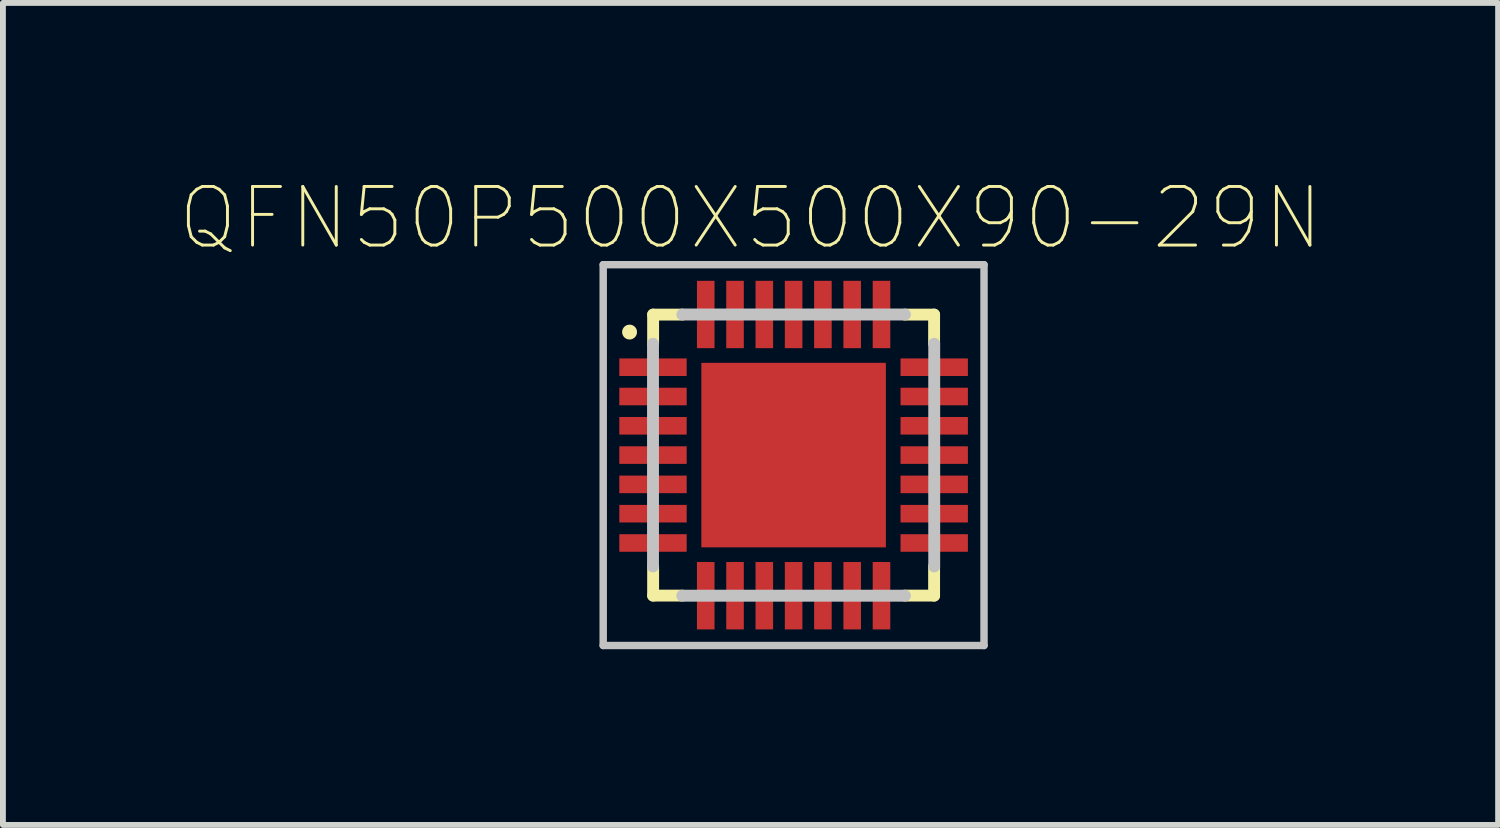
<source format=kicad_pcb>
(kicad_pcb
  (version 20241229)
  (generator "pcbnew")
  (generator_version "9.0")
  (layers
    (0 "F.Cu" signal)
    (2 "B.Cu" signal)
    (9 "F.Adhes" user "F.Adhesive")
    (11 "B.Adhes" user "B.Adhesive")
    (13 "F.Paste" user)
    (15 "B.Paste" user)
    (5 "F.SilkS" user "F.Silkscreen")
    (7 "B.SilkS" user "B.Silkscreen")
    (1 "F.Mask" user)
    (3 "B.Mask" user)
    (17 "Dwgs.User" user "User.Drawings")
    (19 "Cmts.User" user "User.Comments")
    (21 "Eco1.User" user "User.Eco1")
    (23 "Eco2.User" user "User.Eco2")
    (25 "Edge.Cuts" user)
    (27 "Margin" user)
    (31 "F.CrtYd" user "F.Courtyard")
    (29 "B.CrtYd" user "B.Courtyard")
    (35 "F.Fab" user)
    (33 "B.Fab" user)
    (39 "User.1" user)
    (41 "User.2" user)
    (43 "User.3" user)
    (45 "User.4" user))
  (footprint "QFN50P500X500X90-29N"
    (layer "F.Cu")
    (at 10.496 4.718)
    (property "Reference" "QFN50P500X500X90-29N" (at -0.735 -4.045 0) (layer "F.SilkS") (effects (font (size 1 1) (thickness 0.05))))
    (attr smd)
    (fp_poly (pts (xy -3.025 -1.7) (xy -1.775 -1.7) (xy -1.775 -1.3) (xy -3.025 -1.3)) (stroke (width 0.381) (type solid)) (fill yes) (layer "F.Mask"))
    (fp_poly (pts (xy -3.025 -1.2) (xy -1.775 -1.2) (xy -1.775 -0.8) (xy -3.025 -0.8)) (stroke (width 0.381) (type solid)) (fill yes) (layer "F.Mask"))
    (fp_poly (pts (xy -3.025 -0.7) (xy -1.775 -0.7) (xy -1.775 -0.3) (xy -3.025 -0.3)) (stroke (width 0.381) (type solid)) (fill yes) (layer "F.Mask"))
    (fp_poly (pts (xy -3.025 -0.2) (xy -1.775 -0.2) (xy -1.775 0.2) (xy -3.025 0.2)) (stroke (width 0.381) (type solid)) (fill yes) (layer "F.Mask"))
    (fp_poly (pts (xy -3.025 0.3) (xy -1.775 0.3) (xy -1.775 0.7) (xy -3.025 0.7)) (stroke (width 0.381) (type solid)) (fill yes) (layer "F.Mask"))
    (fp_poly (pts (xy -3.025 0.8) (xy -1.775 0.8) (xy -1.775 1.2) (xy -3.025 1.2)) (stroke (width 0.381) (type solid)) (fill yes) (layer "F.Mask"))
    (fp_poly (pts (xy -3.025 1.3) (xy -1.775 1.3) (xy -1.775 1.7) (xy -3.025 1.7)) (stroke (width 0.381) (type solid)) (fill yes) (layer "F.Mask"))
    (fp_poly (pts (xy -1.7 -1.775) (xy -1.7 -3.025) (xy -1.3 -3.025) (xy -1.3 -1.775)) (stroke (width 0.381) (type solid)) (fill yes) (layer "F.Mask"))
    (fp_poly (pts (xy -1.7 3.025) (xy -1.7 1.775) (xy -1.3 1.775) (xy -1.3 3.025)) (stroke (width 0.381) (type solid)) (fill yes) (layer "F.Mask"))
    (fp_poly (pts (xy -1.2 -1.775) (xy -1.2 -3.025) (xy -0.8 -3.025) (xy -0.8 -1.775)) (stroke (width 0.381) (type solid)) (fill yes) (layer "F.Mask"))
    (fp_poly (pts (xy -1.2 3.025) (xy -1.2 1.775) (xy -0.8 1.775) (xy -0.8 3.025)) (stroke (width 0.381) (type solid)) (fill yes) (layer "F.Mask"))
    (fp_poly (pts (xy -0.7 -1.775) (xy -0.7 -3.025) (xy -0.3 -3.025) (xy -0.3 -1.775)) (stroke (width 0.381) (type solid)) (fill yes) (layer "F.Mask"))
    (fp_poly (pts (xy -0.7 3.025) (xy -0.7 1.775) (xy -0.3 1.775) (xy -0.3 3.025)) (stroke (width 0.381) (type solid)) (fill yes) (layer "F.Mask"))
    (fp_poly (pts (xy -0.2 -1.775) (xy -0.2 -3.025) (xy 0.2 -3.025) (xy 0.2 -1.775)) (stroke (width 0.381) (type solid)) (fill yes) (layer "F.Mask"))
    (fp_poly (pts (xy -0.2 3.025) (xy -0.2 1.775) (xy 0.2 1.775) (xy 0.2 3.025)) (stroke (width 0.381) (type solid)) (fill yes) (layer "F.Mask"))
    (fp_poly (pts (xy 0.3 -1.775) (xy 0.3 -3.025) (xy 0.7 -3.025) (xy 0.7 -1.775)) (stroke (width 0.381) (type solid)) (fill yes) (layer "F.Mask"))
    (fp_poly (pts (xy 0.3 3.025) (xy 0.3 1.775) (xy 0.7 1.775) (xy 0.7 3.025)) (stroke (width 0.381) (type solid)) (fill yes) (layer "F.Mask"))
    (fp_poly (pts (xy 0.8 -1.775) (xy 0.8 -3.025) (xy 1.2 -3.025) (xy 1.2 -1.775)) (stroke (width 0.381) (type solid)) (fill yes) (layer "F.Mask"))
    (fp_poly (pts (xy 0.8 3.025) (xy 0.8 1.775) (xy 1.2 1.775) (xy 1.2 3.025)) (stroke (width 0.381) (type solid)) (fill yes) (layer "F.Mask"))
    (fp_poly (pts (xy 1.3 -1.775) (xy 1.3 -3.025) (xy 1.7 -3.025) (xy 1.7 -1.775)) (stroke (width 0.381) (type solid)) (fill yes) (layer "F.Mask"))
    (fp_poly (pts (xy 1.3 3.025) (xy 1.3 1.775) (xy 1.7 1.775) (xy 1.7 3.025)) (stroke (width 0.381) (type solid)) (fill yes) (layer "F.Mask"))
    (fp_poly (pts (xy 3.025 -1.3) (xy 1.775 -1.3) (xy 1.775 -1.7) (xy 3.025 -1.7)) (stroke (width 0.381) (type solid)) (fill yes) (layer "F.Mask"))
    (fp_poly (pts (xy 3.025 -0.8) (xy 1.775 -0.8) (xy 1.775 -1.2) (xy 3.025 -1.2)) (stroke (width 0.381) (type solid)) (fill yes) (layer "F.Mask"))
    (fp_poly (pts (xy 3.025 -0.3) (xy 1.775 -0.3) (xy 1.775 -0.7) (xy 3.025 -0.7)) (stroke (width 0.381) (type solid)) (fill yes) (layer "F.Mask"))
    (fp_poly (pts (xy 3.025 0.2) (xy 1.775 0.2) (xy 1.775 -0.2) (xy 3.025 -0.2)) (stroke (width 0.381) (type solid)) (fill yes) (layer "F.Mask"))
    (fp_poly (pts (xy 3.025 0.7) (xy 1.775 0.7) (xy 1.775 0.3) (xy 3.025 0.3)) (stroke (width 0.381) (type solid)) (fill yes) (layer "F.Mask"))
    (fp_poly (pts (xy 3.025 1.2) (xy 1.775 1.2) (xy 1.775 0.8) (xy 3.025 0.8)) (stroke (width 0.381) (type solid)) (fill yes) (layer "F.Mask"))
    (fp_poly (pts (xy 3.025 1.7) (xy 1.775 1.7) (xy 1.775 1.3) (xy 3.025 1.3)) (stroke (width 0.381) (type solid)) (fill yes) (layer "F.Mask"))
    (fp_line (start -2.398 -2.398) (end -2.398 -1.902) (stroke (width 0.203) (type solid)) (layer "F.SilkS"))
    (fp_line (start -2.398 1.902) (end -2.398 2.398) (stroke (width 0.203) (type solid)) (layer "F.SilkS"))
    (fp_line (start -2.398 2.398) (end -1.902 2.398) (stroke (width 0.203) (type solid)) (layer "F.SilkS"))
    (fp_line (start -1.902 -2.398) (end -2.398 -2.398) (stroke (width 0.203) (type solid)) (layer "F.SilkS"))
    (fp_line (start 1.902 2.398) (end 2.398 2.398) (stroke (width 0.203) (type solid)) (layer "F.SilkS"))
    (fp_line (start 2.398 -2.398) (end 1.902 -2.398) (stroke (width 0.203) (type solid)) (layer "F.SilkS"))
    (fp_line (start 2.398 -1.902) (end 2.398 -2.398) (stroke (width 0.203) (type solid)) (layer "F.SilkS"))
    (fp_line (start 2.398 2.398) (end 2.398 1.902) (stroke (width 0.203) (type solid)) (layer "F.SilkS"))
    (fp_circle (center -2.8 -2.1) (end -2.673 -2.1) (stroke (width 0) (type solid)) (fill yes) (layer "F.SilkS"))
    (fp_poly (pts (xy -1 -1) (xy 1 -1) (xy 1 1) (xy -1 1)) (stroke (width 0.381) (type solid)) (fill yes) (layer "F.Paste"))
    (fp_line (start -3.25 -3.25) (end 3.25 -3.25) (stroke (width 0.127) (type solid)) (layer "Dwgs.User"))
    (fp_line (start -3.25 3.25) (end -3.25 -3.25) (stroke (width 0.127) (type solid)) (layer "Dwgs.User"))
    (fp_line (start -2.4 1.9) (end -2.4 -1.9) (stroke (width 0.203) (type solid)) (layer "Dwgs.User"))
    (fp_line (start -1.9 -2.4) (end 1.9 -2.4) (stroke (width 0.203) (type solid)) (layer "Dwgs.User"))
    (fp_line (start -1.9 2.4) (end 1.9 2.4) (stroke (width 0.203) (type solid)) (layer "Dwgs.User"))
    (fp_line (start 2.4 1.9) (end 2.4 -1.9) (stroke (width 0.203) (type solid)) (layer "Dwgs.User"))
    (fp_line (start 3.25 -3.25) (end 3.25 3.25) (stroke (width 0.127) (type solid)) (layer "Dwgs.User"))
    (fp_line (start 3.25 3.25) (end -3.25 3.25) (stroke (width 0.127) (type solid)) (layer "Dwgs.User"))
    (pad "1" smd rect (at -2.4 -1.5) (size 1.15 0.3) (layers "F.Cu" "F.Mask" "F.Paste"))
    (pad "2" smd rect (at -2.4 -1) (size 1.15 0.3) (layers "F.Cu" "F.Mask" "F.Paste"))
    (pad "3" smd rect (at -2.4 -0.5) (size 1.15 0.3) (layers "F.Cu" "F.Mask" "F.Paste"))
    (pad "4" smd rect (at -2.4 0) (size 1.15 0.3) (layers "F.Cu" "F.Mask" "F.Paste"))
    (pad "5" smd rect (at -2.4 0.5) (size 1.15 0.3) (layers "F.Cu" "F.Mask" "F.Paste"))
    (pad "6" smd rect (at -2.4 1) (size 1.15 0.3) (layers "F.Cu" "F.Mask" "F.Paste"))
    (pad "7" smd rect (at -2.4 1.5) (size 1.15 0.3) (layers "F.Cu" "F.Mask" "F.Paste"))
    (pad "8" smd rect (at -1.5 2.4) (size 0.3 1.15) (layers "F.Cu" "F.Mask" "F.Paste"))
    (pad "9" smd rect (at -1 2.4) (size 0.3 1.15) (layers "F.Cu" "F.Mask" "F.Paste"))
    (pad "10" smd rect (at -0.5 2.4) (size 0.3 1.15) (layers "F.Cu" "F.Mask" "F.Paste"))
    (pad "11" smd rect (at 0 2.4) (size 0.3 1.15) (layers "F.Cu" "F.Mask" "F.Paste"))
    (pad "12" smd rect (at 0.5 2.4) (size 0.3 1.15) (layers "F.Cu" "F.Mask" "F.Paste"))
    (pad "13" smd rect (at 1 2.4) (size 0.3 1.15) (layers "F.Cu" "F.Mask" "F.Paste"))
    (pad "14" smd rect (at 1.5 2.4) (size 0.3 1.15) (layers "F.Cu" "F.Mask" "F.Paste"))
    (pad "15" smd rect (at 2.4 1.5) (size 1.15 0.3) (layers "F.Cu" "F.Mask" "F.Paste"))
    (pad "16" smd rect (at 2.4 1) (size 1.15 0.3) (layers "F.Cu" "F.Mask" "F.Paste"))
    (pad "17" smd rect (at 2.4 0.5) (size 1.15 0.3) (layers "F.Cu" "F.Mask" "F.Paste"))
    (pad "18" smd rect (at 2.4 0) (size 1.15 0.3) (layers "F.Cu" "F.Mask" "F.Paste"))
    (pad "19" smd rect (at 2.4 -0.5) (size 1.15 0.3) (layers "F.Cu" "F.Mask" "F.Paste"))
    (pad "20" smd rect (at 2.4 -1) (size 1.15 0.3) (layers "F.Cu" "F.Mask" "F.Paste"))
    (pad "21" smd rect (at 2.4 -1.5) (size 1.15 0.3) (layers "F.Cu" "F.Mask" "F.Paste"))
    (pad "22" smd rect (at 1.5 -2.4) (size 0.3 1.15) (layers "F.Cu" "F.Mask" "F.Paste"))
    (pad "23" smd rect (at 1 -2.4) (size 0.3 1.15) (layers "F.Cu" "F.Mask" "F.Paste"))
    (pad "24" smd rect (at 0.5 -2.4) (size 0.3 1.15) (layers "F.Cu" "F.Mask" "F.Paste"))
    (pad "25" smd rect (at 0 -2.4) (size 0.3 1.15) (layers "F.Cu" "F.Mask" "F.Paste"))
    (pad "26" smd rect (at -0.5 -2.4) (size 0.3 1.15) (layers "F.Cu" "F.Mask" "F.Paste"))
    (pad "27" smd rect (at -1 -2.4) (size 0.3 1.15) (layers "F.Cu" "F.Mask" "F.Paste"))
    (pad "28" smd rect (at -1.5 -2.4) (size 0.3 1.15) (layers "F.Cu" "F.Mask" "F.Paste"))
    (pad "29" smd rect (at 0 0) (size 3.15 3.15) (layers "F.Cu" "F.Mask" "F.Paste")))
  (gr_rect
    (start -3 -3)
    (end 22.521 11.031)
    (stroke (width 0.1) (type default))
    (fill no)
    (layer "Edge.Cuts")))
</source>
